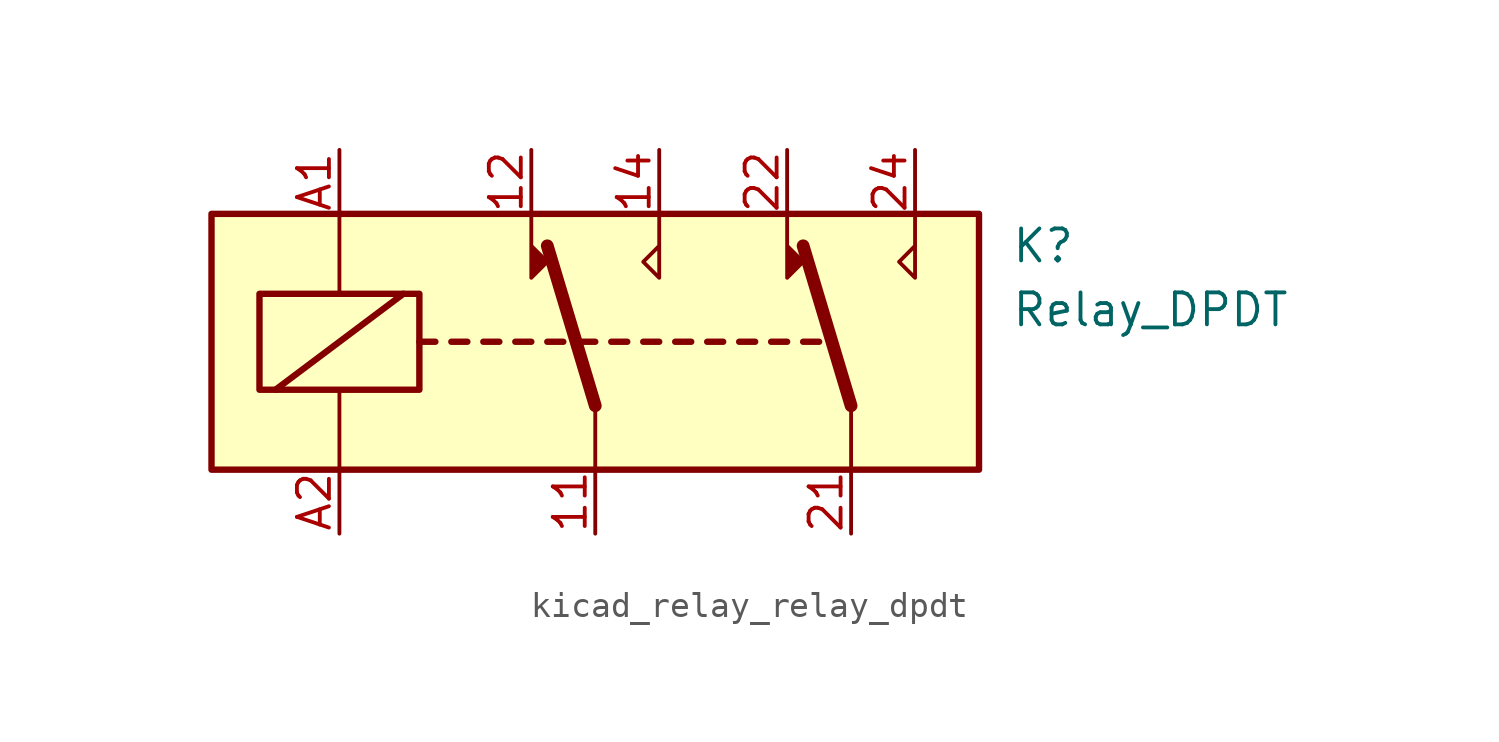
<source format=kicad_sym>
(kicad_symbol_lib
  (version 20220914)
  (generator kicad_symbol_editor)
  (symbol "kicad_relay_relay_dpdt"
    (property "Reference" "K"
      (at 16.51 3.81 0)
      (effects (font (size 1.27 1.27)) (justify left)))
    (property "Value" "Relay_DPDT"
      (at 16.51 1.27 0)
      (effects (font (size 1.27 1.27)) (justify left)))
    (symbol "kicad_relay_relay_dpdt_0_1"
      (rectangle (start -15.24 5.08) (end 15.24 -5.08) (stroke (width 0.254) (type default)) (fill (type background)))
      (rectangle (start -13.335 1.905) (end -6.985 -1.905) (stroke (width 0.254) (type default)) (fill (type none)))
      (polyline (pts (xy -12.7 -1.905) (xy -7.62 1.905)) (stroke (width 0.254) (type default)) (fill (type none)))
      (polyline (pts (xy -10.16 -5.08) (xy -10.16 -1.905)) (stroke (width 0) (type default)) (fill (type none)))
      (polyline (pts (xy -10.16 5.08) (xy -10.16 1.905)) (stroke (width 0) (type default)) (fill (type none)))
      (polyline (pts (xy -6.985 0) (xy -6.35 0)) (stroke (width 0.254) (type default)) (fill (type none)))
      (polyline (pts (xy -5.715 0) (xy -5.08 0)) (stroke (width 0.254) (type default)) (fill (type none)))
      (polyline (pts (xy -4.445 0) (xy -3.81 0)) (stroke (width 0.254) (type default)) (fill (type none)))
      (polyline (pts (xy -3.175 0) (xy -2.54 0)) (stroke (width 0.254) (type default)) (fill (type none)))
      (polyline (pts (xy -1.905 0) (xy -1.27 0)) (stroke (width 0.254) (type default)) (fill (type none)))
      (polyline (pts (xy -0.635 0) (xy 0 0)) (stroke (width 0.254) (type default)) (fill (type none)))
      (polyline (pts (xy 0 -2.54) (xy -1.905 3.81)) (stroke (width 0.508) (type default)) (fill (type none)))
      (polyline (pts (xy 0 -2.54) (xy 0 -5.08)) (stroke (width 0) (type default)) (fill (type none)))
      (polyline (pts (xy 0.635 0) (xy 1.27 0)) (stroke (width 0.254) (type default)) (fill (type none)))
      (polyline (pts (xy 1.905 0) (xy 2.54 0)) (stroke (width 0.254) (type default)) (fill (type none)))
      (polyline (pts (xy 3.175 0) (xy 3.81 0)) (stroke (width 0.254) (type default)) (fill (type none)))
      (polyline (pts (xy 4.445 0) (xy 5.08 0)) (stroke (width 0.254) (type default)) (fill (type none)))
      (polyline (pts (xy 5.715 0) (xy 6.35 0)) (stroke (width 0.254) (type default)) (fill (type none)))
      (polyline (pts (xy 6.985 0) (xy 7.62 0)) (stroke (width 0.254) (type default)) (fill (type none)))
      (polyline (pts (xy 8.255 0) (xy 8.89 0)) (stroke (width 0.254) (type default)) (fill (type none)))
      (polyline (pts (xy 10.16 -2.54) (xy 8.255 3.81)) (stroke (width 0.508) (type default)) (fill (type none)))
      (polyline (pts (xy 10.16 -2.54) (xy 10.16 -5.08)) (stroke (width 0) (type default)) (fill (type none)))
      (polyline (pts (xy -2.54 5.08) (xy -2.54 2.54) (xy -1.905 3.175) (xy -2.54 3.81)) (stroke (width 0) (type default)) (fill (type outline)))
      (polyline (pts (xy 2.54 5.08) (xy 2.54 2.54) (xy 1.905 3.175) (xy 2.54 3.81)) (stroke (width 0) (type default)) (fill (type none)))
      (polyline (pts (xy 7.62 5.08) (xy 7.62 2.54) (xy 8.255 3.175) (xy 7.62 3.81)) (stroke (width 0) (type default)) (fill (type outline)))
      (polyline (pts (xy 12.7 5.08) (xy 12.7 2.54) (xy 12.065 3.175) (xy 12.7 3.81)) (stroke (width 0) (type default)) (fill (type none))))
    (symbol "kicad_relay_relay_dpdt_1_1"
      (pin passive line (at 0 -7.62 90) (length 2.54) (name "~" (effects (font (size 1.27 1.27)))) (number "11" (effects (font (size 1.27 1.27)))))
      (pin passive line (at -2.54 7.62 270) (length 2.54) (name "~" (effects (font (size 1.27 1.27)))) (number "12" (effects (font (size 1.27 1.27)))))
      (pin passive line (at 2.54 7.62 270) (length 2.54) (name "~" (effects (font (size 1.27 1.27)))) (number "14" (effects (font (size 1.27 1.27)))))
      (pin passive line (at 10.16 -7.62 90) (length 2.54) (name "~" (effects (font (size 1.27 1.27)))) (number "21" (effects (font (size 1.27 1.27)))))
      (pin passive line (at 7.62 7.62 270) (length 2.54) (name "~" (effects (font (size 1.27 1.27)))) (number "22" (effects (font (size 1.27 1.27)))))
      (pin passive line (at 12.7 7.62 270) (length 2.54) (name "~" (effects (font (size 1.27 1.27)))) (number "24" (effects (font (size 1.27 1.27)))))
      (pin passive line (at -10.16 7.62 270) (length 2.54) (name "~" (effects (font (size 1.27 1.27)))) (number "A1" (effects (font (size 1.27 1.27)))))
      (pin passive line (at -10.16 -7.62 90) (length 2.54) (name "~" (effects (font (size 1.27 1.27)))) (number "A2" (effects (font (size 1.27 1.27))))))))
</source>
